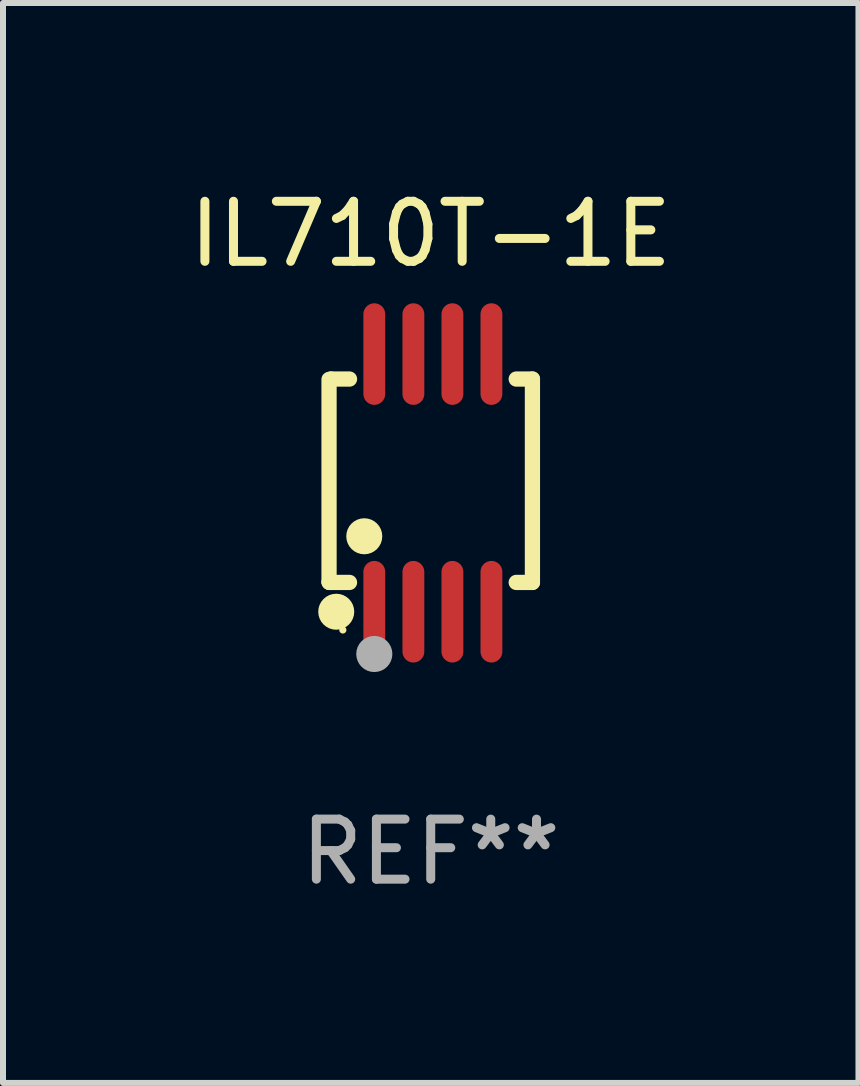
<source format=kicad_pcb>
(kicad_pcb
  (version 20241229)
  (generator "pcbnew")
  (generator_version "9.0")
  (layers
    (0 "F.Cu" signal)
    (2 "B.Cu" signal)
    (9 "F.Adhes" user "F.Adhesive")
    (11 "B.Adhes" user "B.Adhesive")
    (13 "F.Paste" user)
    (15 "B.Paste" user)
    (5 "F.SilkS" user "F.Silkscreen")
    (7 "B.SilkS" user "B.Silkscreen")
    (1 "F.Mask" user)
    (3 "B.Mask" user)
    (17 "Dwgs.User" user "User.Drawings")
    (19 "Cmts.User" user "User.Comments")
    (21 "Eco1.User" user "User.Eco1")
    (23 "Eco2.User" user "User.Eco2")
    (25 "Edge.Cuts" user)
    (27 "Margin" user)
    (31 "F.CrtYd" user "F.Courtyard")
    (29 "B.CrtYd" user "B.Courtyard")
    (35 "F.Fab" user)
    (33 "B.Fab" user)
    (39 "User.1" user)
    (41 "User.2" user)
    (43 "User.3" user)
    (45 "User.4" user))
  (footprint "IL710T-1E"
    (layer "F.Cu")
    (at 4.125 4.994)
    (property "Reference" "IL710T-1E" (at 0 -4.146 0) (layer "F.SilkS") (effects (font (size 1 1) (thickness 0.15))))
    (attr through_hole)
    (fp_line (start -1.694 -1.724) (end -1.694 1.652) (stroke (width 0.254) (type solid)) (layer "F.SilkS"))
    (fp_line (start -1.694 1.652) (end -1.688 1.658) (stroke (width 0.254) (type solid)) (layer "F.SilkS"))
    (fp_line (start -1.688 1.658) (end -1.353 1.658) (stroke (width 0.254) (type solid)) (layer "F.SilkS"))
    (fp_line (start -1.661 -1.73) (end -1.681 -1.71) (stroke (width 0.254) (type solid)) (layer "F.SilkS"))
    (fp_line (start -1.353 -1.73) (end -1.661 -1.73) (stroke (width 0.254) (type solid)) (layer "F.SilkS"))
    (fp_line (start 1.424 1.658) (end 1.694 1.658) (stroke (width 0.254) (type solid)) (layer "F.SilkS"))
    (fp_line (start 1.694 -1.73) (end 1.424 -1.73) (stroke (width 0.254) (type solid)) (layer "F.SilkS"))
    (fp_line (start 1.694 1.658) (end 1.694 -1.73) (stroke (width 0.254) (type solid)) (layer "F.SilkS"))
    (fp_circle (center -1.574 2.146) (end -1.424 2.146) (stroke (width 0.3) (type solid)) (fill no) (layer "F.SilkS"))
    (fp_circle (center -1.464 2.45) (end -1.434 2.45) (stroke (width 0.06) (type solid)) (fill no) (layer "F.SilkS"))
    (fp_circle (center -1.107 0.889) (end -0.957 0.889) (stroke (width 0.3) (type solid)) (fill no) (layer "F.SilkS"))
    (fp_circle (center -0.94 2.85) (end -0.789 2.85) (stroke (width 0.3) (type solid)) (fill no) (layer "F.Fab"))
    (fp_text user "REF**" (at 0 6.146 0) (layer "F.Fab") (effects (font (size 1 1) (thickness 0.15))))
    (pad "1" smd oval (at -0.94 2.146) (size 0.364 1.692) (layers "F.Cu" "F.Mask" "F.Paste"))
    (pad "2" smd oval (at -0.289 2.146) (size 0.364 1.692) (layers "F.Cu" "F.Mask" "F.Paste"))
    (pad "3" smd oval (at 0.361 2.146) (size 0.364 1.692) (layers "F.Cu" "F.Mask" "F.Paste"))
    (pad "4" smd oval (at 1.011 2.146) (size 0.364 1.692) (layers "F.Cu" "F.Mask" "F.Paste"))
    (pad "5" smd oval (at 1.011 -2.146) (size 0.364 1.692) (layers "F.Cu" "F.Mask" "F.Paste"))
    (pad "6" smd oval (at 0.361 -2.146) (size 0.364 1.692) (layers "F.Cu" "F.Mask" "F.Paste"))
    (pad "7" smd oval (at -0.289 -2.146) (size 0.364 1.692) (layers "F.Cu" "F.Mask" "F.Paste"))
    (pad "8" smd oval (at -0.94 -2.146) (size 0.364 1.692) (layers "F.Cu" "F.Mask" "F.Paste")))
  (gr_rect
    (start -3 -3)
    (end 11.25 14.989)
    (stroke (width 0.1) (type default))
    (fill no)
    (layer "Edge.Cuts")))
</source>
